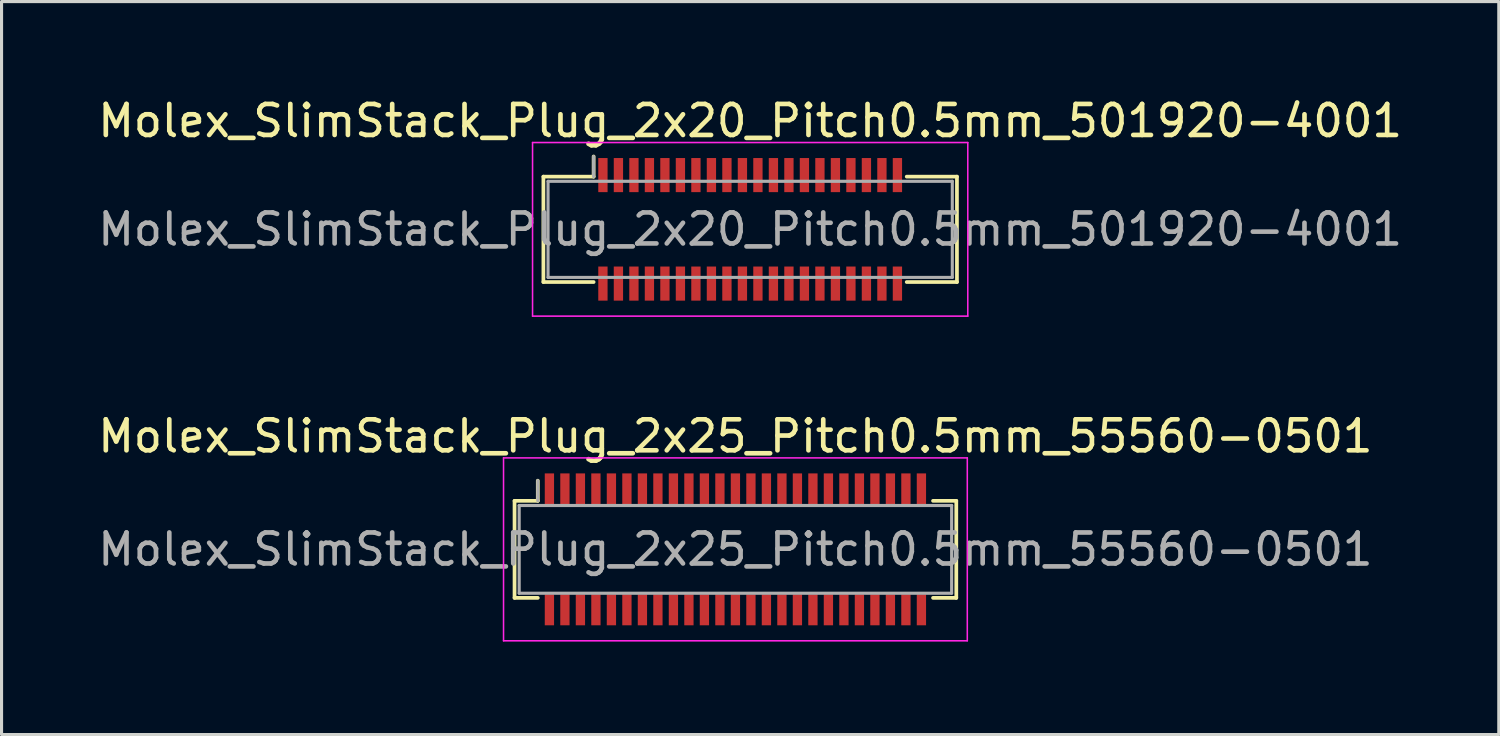
<source format=kicad_pcb>
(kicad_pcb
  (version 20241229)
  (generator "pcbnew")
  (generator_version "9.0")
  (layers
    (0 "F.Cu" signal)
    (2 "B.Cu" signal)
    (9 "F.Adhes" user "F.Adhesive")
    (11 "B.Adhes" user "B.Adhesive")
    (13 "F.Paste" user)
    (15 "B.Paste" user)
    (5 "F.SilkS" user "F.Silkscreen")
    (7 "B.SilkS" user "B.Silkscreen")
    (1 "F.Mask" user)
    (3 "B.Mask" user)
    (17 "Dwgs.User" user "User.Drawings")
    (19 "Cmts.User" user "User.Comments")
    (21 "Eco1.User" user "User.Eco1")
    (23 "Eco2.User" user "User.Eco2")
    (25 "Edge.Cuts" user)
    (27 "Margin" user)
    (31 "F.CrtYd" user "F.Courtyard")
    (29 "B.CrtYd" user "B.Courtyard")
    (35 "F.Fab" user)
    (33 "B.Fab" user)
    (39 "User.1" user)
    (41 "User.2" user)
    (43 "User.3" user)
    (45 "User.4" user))
  (footprint "Molex_SlimStack_Plug_2x20_Pitch0.5mm_501920-4001"
    (layer "F.Cu")
    (at 21.149 4.348)
    (property "Reference" "Molex_SlimStack_Plug_2x20_Pitch0.5mm_501920-4001" (at 0 -3.5 0) (layer "F.SilkS") (effects (font (size 1 1) (thickness 0.15))))
    (attr smd)
    (fp_line (start -6.67 -1.7) (end -5.05 -1.7) (stroke (width 0.12) (type solid)) (layer "F.SilkS"))
    (fp_line (start -6.67 1.7) (end -6.67 -1.7) (stroke (width 0.12) (type solid)) (layer "F.SilkS"))
    (fp_line (start -5.05 -1.7) (end -5.05 -2.35) (stroke (width 0.12) (type solid)) (layer "F.SilkS"))
    (fp_line (start -5.05 1.7) (end -6.67 1.7) (stroke (width 0.12) (type solid)) (layer "F.SilkS"))
    (fp_line (start 5.05 1.7) (end 6.67 1.7) (stroke (width 0.12) (type solid)) (layer "F.SilkS"))
    (fp_line (start 6.67 -1.7) (end 5.05 -1.7) (stroke (width 0.12) (type solid)) (layer "F.SilkS"))
    (fp_line (start 6.67 1.7) (end 6.67 -1.7) (stroke (width 0.12) (type solid)) (layer "F.SilkS"))
    (fp_line (start -7.02 -2.8) (end -7.02 2.8) (stroke (width 0.05) (type solid)) (layer "F.CrtYd"))
    (fp_line (start -7.02 2.8) (end 7.02 2.8) (stroke (width 0.05) (type solid)) (layer "F.CrtYd"))
    (fp_line (start 7.02 -2.8) (end -7.02 -2.8) (stroke (width 0.05) (type solid)) (layer "F.CrtYd"))
    (fp_line (start 7.02 2.8) (end 7.02 -2.8) (stroke (width 0.05) (type solid)) (layer "F.CrtYd"))
    (fp_line (start -6.52 -1.55) (end -6.52 1.55) (stroke (width 0.1) (type solid)) (layer "F.Fab"))
    (fp_line (start -6.52 1.55) (end 6.52 1.55) (stroke (width 0.1) (type solid)) (layer "F.Fab"))
    (fp_line (start -5.05 -1.7) (end -5.05 -2.35) (stroke (width 0.1) (type solid)) (layer "F.Fab"))
    (fp_line (start 6.52 -1.55) (end -6.52 -1.55) (stroke (width 0.1) (type solid)) (layer "F.Fab"))
    (fp_line (start 6.52 1.55) (end 6.52 -1.55) (stroke (width 0.1) (type solid)) (layer "F.Fab"))
    (fp_text user "${REFERENCE}" (at 0 0 0) (layer "F.Fab") (effects (font (size 1 1) (thickness 0.15))))
    (pad "1" smd rect (at -4.75 -1.75) (size 0.3 1.1) (layers "F.Cu" "F.Mask" "F.Paste"))
    (pad "2" smd rect (at -4.75 1.75) (size 0.3 1.1) (layers "F.Cu" "F.Mask" "F.Paste"))
    (pad "3" smd rect (at -4.25 -1.75) (size 0.3 1.1) (layers "F.Cu" "F.Mask" "F.Paste"))
    (pad "4" smd rect (at -4.25 1.75) (size 0.3 1.1) (layers "F.Cu" "F.Mask" "F.Paste"))
    (pad "5" smd rect (at -3.75 -1.75) (size 0.3 1.1) (layers "F.Cu" "F.Mask" "F.Paste"))
    (pad "6" smd rect (at -3.75 1.75) (size 0.3 1.1) (layers "F.Cu" "F.Mask" "F.Paste"))
    (pad "7" smd rect (at -3.25 -1.75) (size 0.3 1.1) (layers "F.Cu" "F.Mask" "F.Paste"))
    (pad "8" smd rect (at -3.25 1.75) (size 0.3 1.1) (layers "F.Cu" "F.Mask" "F.Paste"))
    (pad "9" smd rect (at -2.75 -1.75) (size 0.3 1.1) (layers "F.Cu" "F.Mask" "F.Paste"))
    (pad "10" smd rect (at -2.75 1.75) (size 0.3 1.1) (layers "F.Cu" "F.Mask" "F.Paste"))
    (pad "11" smd rect (at -2.25 -1.75) (size 0.3 1.1) (layers "F.Cu" "F.Mask" "F.Paste"))
    (pad "12" smd rect (at -2.25 1.75) (size 0.3 1.1) (layers "F.Cu" "F.Mask" "F.Paste"))
    (pad "13" smd rect (at -1.75 -1.75) (size 0.3 1.1) (layers "F.Cu" "F.Mask" "F.Paste"))
    (pad "14" smd rect (at -1.75 1.75) (size 0.3 1.1) (layers "F.Cu" "F.Mask" "F.Paste"))
    (pad "15" smd rect (at -1.25 -1.75) (size 0.3 1.1) (layers "F.Cu" "F.Mask" "F.Paste"))
    (pad "16" smd rect (at -1.25 1.75) (size 0.3 1.1) (layers "F.Cu" "F.Mask" "F.Paste"))
    (pad "17" smd rect (at -0.75 -1.75) (size 0.3 1.1) (layers "F.Cu" "F.Mask" "F.Paste"))
    (pad "18" smd rect (at -0.75 1.75) (size 0.3 1.1) (layers "F.Cu" "F.Mask" "F.Paste"))
    (pad "19" smd rect (at -0.25 -1.75) (size 0.3 1.1) (layers "F.Cu" "F.Mask" "F.Paste"))
    (pad "20" smd rect (at -0.25 1.75) (size 0.3 1.1) (layers "F.Cu" "F.Mask" "F.Paste"))
    (pad "21" smd rect (at 0.25 -1.75) (size 0.3 1.1) (layers "F.Cu" "F.Mask" "F.Paste"))
    (pad "22" smd rect (at 0.25 1.75) (size 0.3 1.1) (layers "F.Cu" "F.Mask" "F.Paste"))
    (pad "23" smd rect (at 0.75 -1.75) (size 0.3 1.1) (layers "F.Cu" "F.Mask" "F.Paste"))
    (pad "24" smd rect (at 0.75 1.75) (size 0.3 1.1) (layers "F.Cu" "F.Mask" "F.Paste"))
    (pad "25" smd rect (at 1.25 -1.75) (size 0.3 1.1) (layers "F.Cu" "F.Mask" "F.Paste"))
    (pad "26" smd rect (at 1.25 1.75) (size 0.3 1.1) (layers "F.Cu" "F.Mask" "F.Paste"))
    (pad "27" smd rect (at 1.75 -1.75) (size 0.3 1.1) (layers "F.Cu" "F.Mask" "F.Paste"))
    (pad "28" smd rect (at 1.75 1.75) (size 0.3 1.1) (layers "F.Cu" "F.Mask" "F.Paste"))
    (pad "29" smd rect (at 2.25 -1.75) (size 0.3 1.1) (layers "F.Cu" "F.Mask" "F.Paste"))
    (pad "30" smd rect (at 2.25 1.75) (size 0.3 1.1) (layers "F.Cu" "F.Mask" "F.Paste"))
    (pad "31" smd rect (at 2.75 -1.75) (size 0.3 1.1) (layers "F.Cu" "F.Mask" "F.Paste"))
    (pad "32" smd rect (at 2.75 1.75) (size 0.3 1.1) (layers "F.Cu" "F.Mask" "F.Paste"))
    (pad "33" smd rect (at 3.25 -1.75) (size 0.3 1.1) (layers "F.Cu" "F.Mask" "F.Paste"))
    (pad "34" smd rect (at 3.25 1.75) (size 0.3 1.1) (layers "F.Cu" "F.Mask" "F.Paste"))
    (pad "35" smd rect (at 3.75 -1.75) (size 0.3 1.1) (layers "F.Cu" "F.Mask" "F.Paste"))
    (pad "36" smd rect (at 3.75 1.75) (size 0.3 1.1) (layers "F.Cu" "F.Mask" "F.Paste"))
    (pad "37" smd rect (at 4.25 -1.75) (size 0.3 1.1) (layers "F.Cu" "F.Mask" "F.Paste"))
    (pad "38" smd rect (at 4.25 1.75) (size 0.3 1.1) (layers "F.Cu" "F.Mask" "F.Paste"))
    (pad "39" smd rect (at 4.75 -1.75) (size 0.3 1.1) (layers "F.Cu" "F.Mask" "F.Paste"))
    (pad "40" smd rect (at 4.75 1.75) (size 0.3 1.1) (layers "F.Cu" "F.Mask" "F.Paste")))
  (footprint "Molex_SlimStack_Plug_2x25_Pitch0.5mm_55560-0501"
    (layer "F.Cu")
    (at 20.673 14.671)
    (property "Reference" "Molex_SlimStack_Plug_2x25_Pitch0.5mm_55560-0501" (at 0 -3.65 0) (layer "F.SilkS") (effects (font (size 1 1) (thickness 0.15))))
    (attr smd)
    (fp_line (start -7.125 -1.565) (end -6.375 -1.565) (stroke (width 0.12) (type solid)) (layer "F.SilkS"))
    (fp_line (start -7.125 1.565) (end -7.125 -1.565) (stroke (width 0.12) (type solid)) (layer "F.SilkS"))
    (fp_line (start -6.375 -1.565) (end -6.375 -2.215) (stroke (width 0.12) (type solid)) (layer "F.SilkS"))
    (fp_line (start -6.375 1.565) (end -7.125 1.565) (stroke (width 0.12) (type solid)) (layer "F.SilkS"))
    (fp_line (start 6.375 1.565) (end 7.125 1.565) (stroke (width 0.12) (type solid)) (layer "F.SilkS"))
    (fp_line (start 7.125 -1.565) (end 6.375 -1.565) (stroke (width 0.12) (type solid)) (layer "F.SilkS"))
    (fp_line (start 7.125 1.565) (end 7.125 -1.565) (stroke (width 0.12) (type solid)) (layer "F.SilkS"))
    (fp_line (start -7.48 -2.95) (end -7.48 2.95) (stroke (width 0.05) (type solid)) (layer "F.CrtYd"))
    (fp_line (start -7.48 2.95) (end 7.48 2.95) (stroke (width 0.05) (type solid)) (layer "F.CrtYd"))
    (fp_line (start 7.48 -2.95) (end -7.48 -2.95) (stroke (width 0.05) (type solid)) (layer "F.CrtYd"))
    (fp_line (start 7.48 2.95) (end 7.48 -2.95) (stroke (width 0.05) (type solid)) (layer "F.CrtYd"))
    (fp_line (start -6.975 -1.415) (end -6.975 1.415) (stroke (width 0.1) (type solid)) (layer "F.Fab"))
    (fp_line (start -6.975 1.415) (end 6.975 1.415) (stroke (width 0.1) (type solid)) (layer "F.Fab"))
    (fp_line (start -6.375 -1.565) (end -6.375 -2.215) (stroke (width 0.1) (type solid)) (layer "F.Fab"))
    (fp_line (start 6.975 -1.415) (end -6.975 -1.415) (stroke (width 0.1) (type solid)) (layer "F.Fab"))
    (fp_line (start 6.975 1.415) (end 6.975 -1.415) (stroke (width 0.1) (type solid)) (layer "F.Fab"))
    (fp_text user "${REFERENCE}" (at 0 0 0) (layer "F.Fab") (effects (font (size 1 1) (thickness 0.15))))
    (pad "1" smd rect (at -6 -1.95) (size 0.3 1) (layers "F.Cu" "F.Mask" "F.Paste"))
    (pad "2" smd rect (at -6 1.95) (size 0.3 1) (layers "F.Cu" "F.Mask" "F.Paste"))
    (pad "3" smd rect (at -5.5 -1.95) (size 0.3 1) (layers "F.Cu" "F.Mask" "F.Paste"))
    (pad "4" smd rect (at -5.5 1.95) (size 0.3 1) (layers "F.Cu" "F.Mask" "F.Paste"))
    (pad "5" smd rect (at -5 -1.95) (size 0.3 1) (layers "F.Cu" "F.Mask" "F.Paste"))
    (pad "6" smd rect (at -5 1.95) (size 0.3 1) (layers "F.Cu" "F.Mask" "F.Paste"))
    (pad "7" smd rect (at -4.5 -1.95) (size 0.3 1) (layers "F.Cu" "F.Mask" "F.Paste"))
    (pad "8" smd rect (at -4.5 1.95) (size 0.3 1) (layers "F.Cu" "F.Mask" "F.Paste"))
    (pad "9" smd rect (at -4 -1.95) (size 0.3 1) (layers "F.Cu" "F.Mask" "F.Paste"))
    (pad "10" smd rect (at -4 1.95) (size 0.3 1) (layers "F.Cu" "F.Mask" "F.Paste"))
    (pad "11" smd rect (at -3.5 -1.95) (size 0.3 1) (layers "F.Cu" "F.Mask" "F.Paste"))
    (pad "12" smd rect (at -3.5 1.95) (size 0.3 1) (layers "F.Cu" "F.Mask" "F.Paste"))
    (pad "13" smd rect (at -3 -1.95) (size 0.3 1) (layers "F.Cu" "F.Mask" "F.Paste"))
    (pad "14" smd rect (at -3 1.95) (size 0.3 1) (layers "F.Cu" "F.Mask" "F.Paste"))
    (pad "15" smd rect (at -2.5 -1.95) (size 0.3 1) (layers "F.Cu" "F.Mask" "F.Paste"))
    (pad "16" smd rect (at -2.5 1.95) (size 0.3 1) (layers "F.Cu" "F.Mask" "F.Paste"))
    (pad "17" smd rect (at -2 -1.95) (size 0.3 1) (layers "F.Cu" "F.Mask" "F.Paste"))
    (pad "18" smd rect (at -2 1.95) (size 0.3 1) (layers "F.Cu" "F.Mask" "F.Paste"))
    (pad "19" smd rect (at -1.5 -1.95) (size 0.3 1) (layers "F.Cu" "F.Mask" "F.Paste"))
    (pad "20" smd rect (at -1.5 1.95) (size 0.3 1) (layers "F.Cu" "F.Mask" "F.Paste"))
    (pad "21" smd rect (at -1 -1.95) (size 0.3 1) (layers "F.Cu" "F.Mask" "F.Paste"))
    (pad "22" smd rect (at -1 1.95) (size 0.3 1) (layers "F.Cu" "F.Mask" "F.Paste"))
    (pad "23" smd rect (at -0.5 -1.95) (size 0.3 1) (layers "F.Cu" "F.Mask" "F.Paste"))
    (pad "24" smd rect (at -0.5 1.95) (size 0.3 1) (layers "F.Cu" "F.Mask" "F.Paste"))
    (pad "25" smd rect (at 0 -1.95) (size 0.3 1) (layers "F.Cu" "F.Mask" "F.Paste"))
    (pad "26" smd rect (at 0 1.95) (size 0.3 1) (layers "F.Cu" "F.Mask" "F.Paste"))
    (pad "27" smd rect (at 0.5 -1.95) (size 0.3 1) (layers "F.Cu" "F.Mask" "F.Paste"))
    (pad "28" smd rect (at 0.5 1.95) (size 0.3 1) (layers "F.Cu" "F.Mask" "F.Paste"))
    (pad "29" smd rect (at 1 -1.95) (size 0.3 1) (layers "F.Cu" "F.Mask" "F.Paste"))
    (pad "30" smd rect (at 1 1.95) (size 0.3 1) (layers "F.Cu" "F.Mask" "F.Paste"))
    (pad "31" smd rect (at 1.5 -1.95) (size 0.3 1) (layers "F.Cu" "F.Mask" "F.Paste"))
    (pad "32" smd rect (at 1.5 1.95) (size 0.3 1) (layers "F.Cu" "F.Mask" "F.Paste"))
    (pad "33" smd rect (at 2 -1.95) (size 0.3 1) (layers "F.Cu" "F.Mask" "F.Paste"))
    (pad "34" smd rect (at 2 1.95) (size 0.3 1) (layers "F.Cu" "F.Mask" "F.Paste"))
    (pad "35" smd rect (at 2.5 -1.95) (size 0.3 1) (layers "F.Cu" "F.Mask" "F.Paste"))
    (pad "36" smd rect (at 2.5 1.95) (size 0.3 1) (layers "F.Cu" "F.Mask" "F.Paste"))
    (pad "37" smd rect (at 3 -1.95) (size 0.3 1) (layers "F.Cu" "F.Mask" "F.Paste"))
    (pad "38" smd rect (at 3 1.95) (size 0.3 1) (layers "F.Cu" "F.Mask" "F.Paste"))
    (pad "39" smd rect (at 3.5 -1.95) (size 0.3 1) (layers "F.Cu" "F.Mask" "F.Paste"))
    (pad "40" smd rect (at 3.5 1.95) (size 0.3 1) (layers "F.Cu" "F.Mask" "F.Paste"))
    (pad "41" smd rect (at 4 -1.95) (size 0.3 1) (layers "F.Cu" "F.Mask" "F.Paste"))
    (pad "42" smd rect (at 4 1.95) (size 0.3 1) (layers "F.Cu" "F.Mask" "F.Paste"))
    (pad "43" smd rect (at 4.5 -1.95) (size 0.3 1) (layers "F.Cu" "F.Mask" "F.Paste"))
    (pad "44" smd rect (at 4.5 1.95) (size 0.3 1) (layers "F.Cu" "F.Mask" "F.Paste"))
    (pad "45" smd rect (at 5 -1.95) (size 0.3 1) (layers "F.Cu" "F.Mask" "F.Paste"))
    (pad "46" smd rect (at 5 1.95) (size 0.3 1) (layers "F.Cu" "F.Mask" "F.Paste"))
    (pad "47" smd rect (at 5.5 -1.95) (size 0.3 1) (layers "F.Cu" "F.Mask" "F.Paste"))
    (pad "48" smd rect (at 5.5 1.95) (size 0.3 1) (layers "F.Cu" "F.Mask" "F.Paste"))
    (pad "49" smd rect (at 6 -1.95) (size 0.3 1) (layers "F.Cu" "F.Mask" "F.Paste"))
    (pad "50" smd rect (at 6 1.95) (size 0.3 1) (layers "F.Cu" "F.Mask" "F.Paste")))
  (gr_rect
    (start -3 -3)
    (end 45.298 20.646)
    (stroke (width 0.1) (type default))
    (fill no)
    (layer "Edge.Cuts")))
</source>
